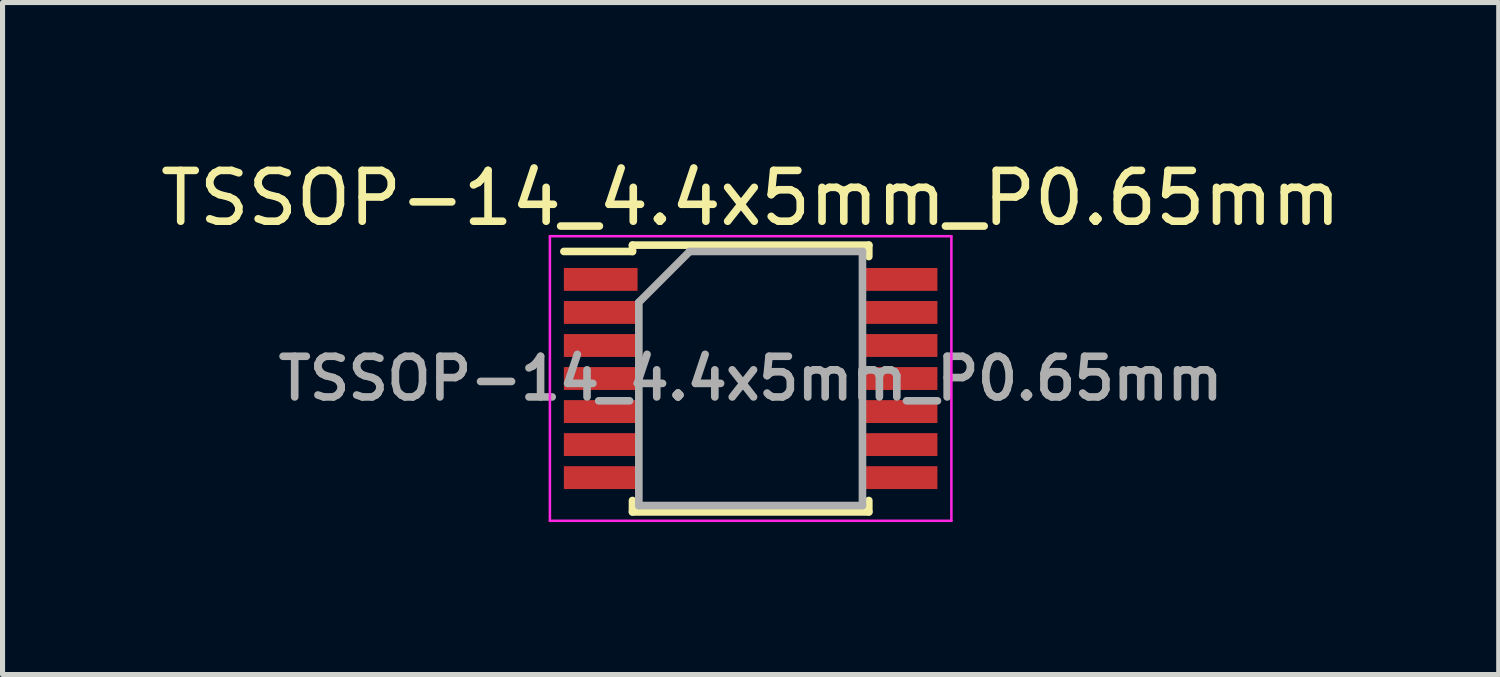
<source format=kicad_pcb>
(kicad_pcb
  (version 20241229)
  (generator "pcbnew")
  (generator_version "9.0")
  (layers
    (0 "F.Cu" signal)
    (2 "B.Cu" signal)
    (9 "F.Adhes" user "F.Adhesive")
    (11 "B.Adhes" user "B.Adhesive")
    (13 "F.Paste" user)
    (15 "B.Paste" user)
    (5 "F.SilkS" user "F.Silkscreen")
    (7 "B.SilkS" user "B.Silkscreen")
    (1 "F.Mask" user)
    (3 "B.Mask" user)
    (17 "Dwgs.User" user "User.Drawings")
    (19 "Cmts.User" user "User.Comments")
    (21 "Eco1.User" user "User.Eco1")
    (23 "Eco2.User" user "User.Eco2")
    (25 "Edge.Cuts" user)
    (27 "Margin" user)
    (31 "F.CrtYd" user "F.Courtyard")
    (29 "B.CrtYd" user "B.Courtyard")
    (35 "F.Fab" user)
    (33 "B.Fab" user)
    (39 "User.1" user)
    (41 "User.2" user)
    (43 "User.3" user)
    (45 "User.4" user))
  (footprint "TSSOP-14_4.4x5mm_P0.65mm"
    (layer "F.Cu")
    (at 11.72 4.398)
    (property "Reference" "TSSOP-14_4.4x5mm_P0.65mm" (at 0 -3.55 0) (layer "F.SilkS") (effects (font (size 1 1) (thickness 0.15))))
    (attr smd)
    (fp_line (start -2.325 -2.625) (end -2.325 -2.5) (stroke (width 0.15) (type solid)) (layer "F.SilkS"))
    (fp_line (start -2.325 -2.625) (end 2.325 -2.625) (stroke (width 0.15) (type solid)) (layer "F.SilkS"))
    (fp_line (start -2.325 -2.5) (end -3.675 -2.5) (stroke (width 0.15) (type solid)) (layer "F.SilkS"))
    (fp_line (start -2.325 2.625) (end -2.325 2.4) (stroke (width 0.15) (type solid)) (layer "F.SilkS"))
    (fp_line (start -2.325 2.625) (end 2.325 2.625) (stroke (width 0.15) (type solid)) (layer "F.SilkS"))
    (fp_line (start 2.325 -2.625) (end 2.325 -2.4) (stroke (width 0.15) (type solid)) (layer "F.SilkS"))
    (fp_line (start 2.325 2.625) (end 2.325 2.4) (stroke (width 0.15) (type solid)) (layer "F.SilkS"))
    (fp_line (start -3.95 -2.8) (end -3.95 2.8) (stroke (width 0.05) (type solid)) (layer "F.CrtYd"))
    (fp_line (start -3.95 -2.8) (end 3.95 -2.8) (stroke (width 0.05) (type solid)) (layer "F.CrtYd"))
    (fp_line (start -3.95 2.8) (end 3.95 2.8) (stroke (width 0.05) (type solid)) (layer "F.CrtYd"))
    (fp_line (start 3.95 -2.8) (end 3.95 2.8) (stroke (width 0.05) (type solid)) (layer "F.CrtYd"))
    (fp_line (start -2.2 -1.5) (end -1.2 -2.5) (stroke (width 0.15) (type solid)) (layer "F.Fab"))
    (fp_line (start -2.2 2.5) (end -2.2 -1.5) (stroke (width 0.15) (type solid)) (layer "F.Fab"))
    (fp_line (start -1.2 -2.5) (end 2.2 -2.5) (stroke (width 0.15) (type solid)) (layer "F.Fab"))
    (fp_line (start 2.2 -2.5) (end 2.2 2.5) (stroke (width 0.15) (type solid)) (layer "F.Fab"))
    (fp_line (start 2.2 2.5) (end -2.2 2.5) (stroke (width 0.15) (type solid)) (layer "F.Fab"))
    (fp_text user "${REFERENCE}" (at 0 0 0) (layer "F.Fab") (effects (font (size 0.8 0.8) (thickness 0.15))))
    (pad "1" smd rect (at -2.95 -1.95) (size 1.45 0.45) (layers "F.Cu" "F.Mask" "F.Paste"))
    (pad "2" smd rect (at -2.95 -1.3) (size 1.45 0.45) (layers "F.Cu" "F.Mask" "F.Paste"))
    (pad "3" smd rect (at -2.95 -0.65) (size 1.45 0.45) (layers "F.Cu" "F.Mask" "F.Paste"))
    (pad "4" smd rect (at -2.95 0) (size 1.45 0.45) (layers "F.Cu" "F.Mask" "F.Paste"))
    (pad "5" smd rect (at -2.95 0.65) (size 1.45 0.45) (layers "F.Cu" "F.Mask" "F.Paste"))
    (pad "6" smd rect (at -2.95 1.3) (size 1.45 0.45) (layers "F.Cu" "F.Mask" "F.Paste"))
    (pad "7" smd rect (at -2.95 1.95) (size 1.45 0.45) (layers "F.Cu" "F.Mask" "F.Paste"))
    (pad "8" smd rect (at 2.95 1.95) (size 1.45 0.45) (layers "F.Cu" "F.Mask" "F.Paste"))
    (pad "9" smd rect (at 2.95 1.3) (size 1.45 0.45) (layers "F.Cu" "F.Mask" "F.Paste"))
    (pad "10" smd rect (at 2.95 0.65) (size 1.45 0.45) (layers "F.Cu" "F.Mask" "F.Paste"))
    (pad "11" smd rect (at 2.95 0) (size 1.45 0.45) (layers "F.Cu" "F.Mask" "F.Paste"))
    (pad "12" smd rect (at 2.95 -0.65) (size 1.45 0.45) (layers "F.Cu" "F.Mask" "F.Paste"))
    (pad "13" smd rect (at 2.95 -1.3) (size 1.45 0.45) (layers "F.Cu" "F.Mask" "F.Paste"))
    (pad "14" smd rect (at 2.95 -1.95) (size 1.45 0.45) (layers "F.Cu" "F.Mask" "F.Paste")))
  (gr_rect
    (start -3 -3)
    (end 26.44 10.223)
    (stroke (width 0.1) (type default))
    (fill no)
    (layer "Edge.Cuts")))
</source>
